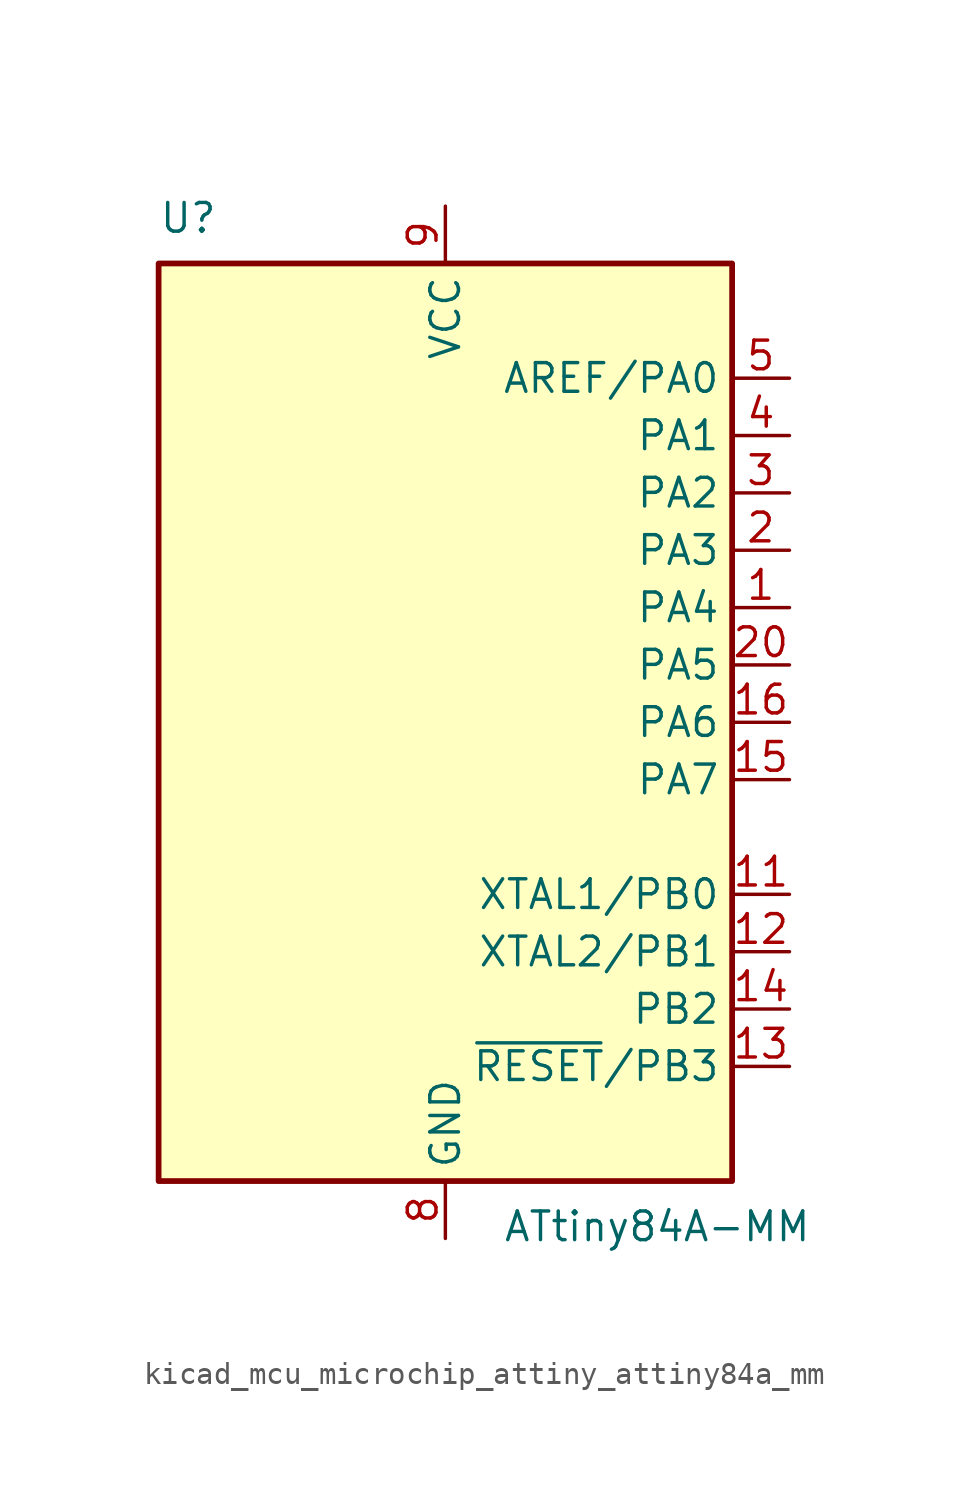
<source format=kicad_sym>
(kicad_symbol_lib
  (version 20220914)
  (generator kicad_symbol_editor)
  (symbol "kicad_mcu_microchip_attiny_attiny84a_mm"
    (property "Reference" "U"
      (at -12.7 21.59 0)
      (effects (font (size 1.27 1.27)) (justify left bottom)))
    (property "Value" "ATtiny84A-MM"
      (at 2.54 -21.59 0)
      (effects (font (size 1.27 1.27)) (justify left top)))
    (symbol "kicad_mcu_microchip_attiny_attiny84a_mm_0_1"
      (rectangle (start -12.7 -20.32) (end 12.7 20.32) (stroke (width 0.254) (type default)) (fill (type background))))
    (symbol "kicad_mcu_microchip_attiny_attiny84a_mm_1_1"
      (pin bidirectional line (at 15.24 5.08 180) (length 2.54) (name "PA4" (effects (font (size 1.27 1.27)))) (number "1" (effects (font (size 1.27 1.27)))))
      (pin no_connect line (at -12.7 -10.16 0) (length 2.54) hide (name "NC" (effects (font (size 1.27 1.27)))) (number "10" (effects (font (size 1.27 1.27)))))
      (pin bidirectional line (at 15.24 -7.62 180) (length 2.54) (name "XTAL1/PB0" (effects (font (size 1.27 1.27)))) (number "11" (effects (font (size 1.27 1.27)))))
      (pin bidirectional line (at 15.24 -10.16 180) (length 2.54) (name "XTAL2/PB1" (effects (font (size 1.27 1.27)))) (number "12" (effects (font (size 1.27 1.27)))))
      (pin bidirectional line (at 15.24 -15.24 180) (length 2.54) (name "~{RESET}/PB3" (effects (font (size 1.27 1.27)))) (number "13" (effects (font (size 1.27 1.27)))))
      (pin bidirectional line (at 15.24 -12.7 180) (length 2.54) (name "PB2" (effects (font (size 1.27 1.27)))) (number "14" (effects (font (size 1.27 1.27)))))
      (pin bidirectional line (at 15.24 -2.54 180) (length 2.54) (name "PA7" (effects (font (size 1.27 1.27)))) (number "15" (effects (font (size 1.27 1.27)))))
      (pin bidirectional line (at 15.24 0 180) (length 2.54) (name "PA6" (effects (font (size 1.27 1.27)))) (number "16" (effects (font (size 1.27 1.27)))))
      (pin no_connect line (at -12.7 -12.7 0) (length 2.54) hide (name "NC" (effects (font (size 1.27 1.27)))) (number "17" (effects (font (size 1.27 1.27)))))
      (pin no_connect line (at -12.7 -15.24 0) (length 2.54) hide (name "NC" (effects (font (size 1.27 1.27)))) (number "18" (effects (font (size 1.27 1.27)))))
      (pin no_connect line (at -12.7 -17.78 0) (length 2.54) hide (name "NC" (effects (font (size 1.27 1.27)))) (number "19" (effects (font (size 1.27 1.27)))))
      (pin bidirectional line (at 15.24 7.62 180) (length 2.54) (name "PA3" (effects (font (size 1.27 1.27)))) (number "2" (effects (font (size 1.27 1.27)))))
      (pin bidirectional line (at 15.24 2.54 180) (length 2.54) (name "PA5" (effects (font (size 1.27 1.27)))) (number "20" (effects (font (size 1.27 1.27)))))
      (pin passive line (at 0 -22.86 90) (length 2.54) hide (name "GND" (effects (font (size 1.27 1.27)))) (number "21" (effects (font (size 1.27 1.27)))))
      (pin bidirectional line (at 15.24 10.16 180) (length 2.54) (name "PA2" (effects (font (size 1.27 1.27)))) (number "3" (effects (font (size 1.27 1.27)))))
      (pin bidirectional line (at 15.24 12.7 180) (length 2.54) (name "PA1" (effects (font (size 1.27 1.27)))) (number "4" (effects (font (size 1.27 1.27)))))
      (pin bidirectional line (at 15.24 15.24 180) (length 2.54) (name "AREF/PA0" (effects (font (size 1.27 1.27)))) (number "5" (effects (font (size 1.27 1.27)))))
      (pin no_connect line (at -12.7 -5.08 0) (length 2.54) hide (name "NC" (effects (font (size 1.27 1.27)))) (number "6" (effects (font (size 1.27 1.27)))))
      (pin no_connect line (at -12.7 -7.62 0) (length 2.54) hide (name "NC" (effects (font (size 1.27 1.27)))) (number "7" (effects (font (size 1.27 1.27)))))
      (pin power_in line (at 0 -22.86 90) (length 2.54) (name "GND" (effects (font (size 1.27 1.27)))) (number "8" (effects (font (size 1.27 1.27)))))
      (pin power_in line (at 0 22.86 270) (length 2.54) (name "VCC" (effects (font (size 1.27 1.27)))) (number "9" (effects (font (size 1.27 1.27))))))))
</source>
